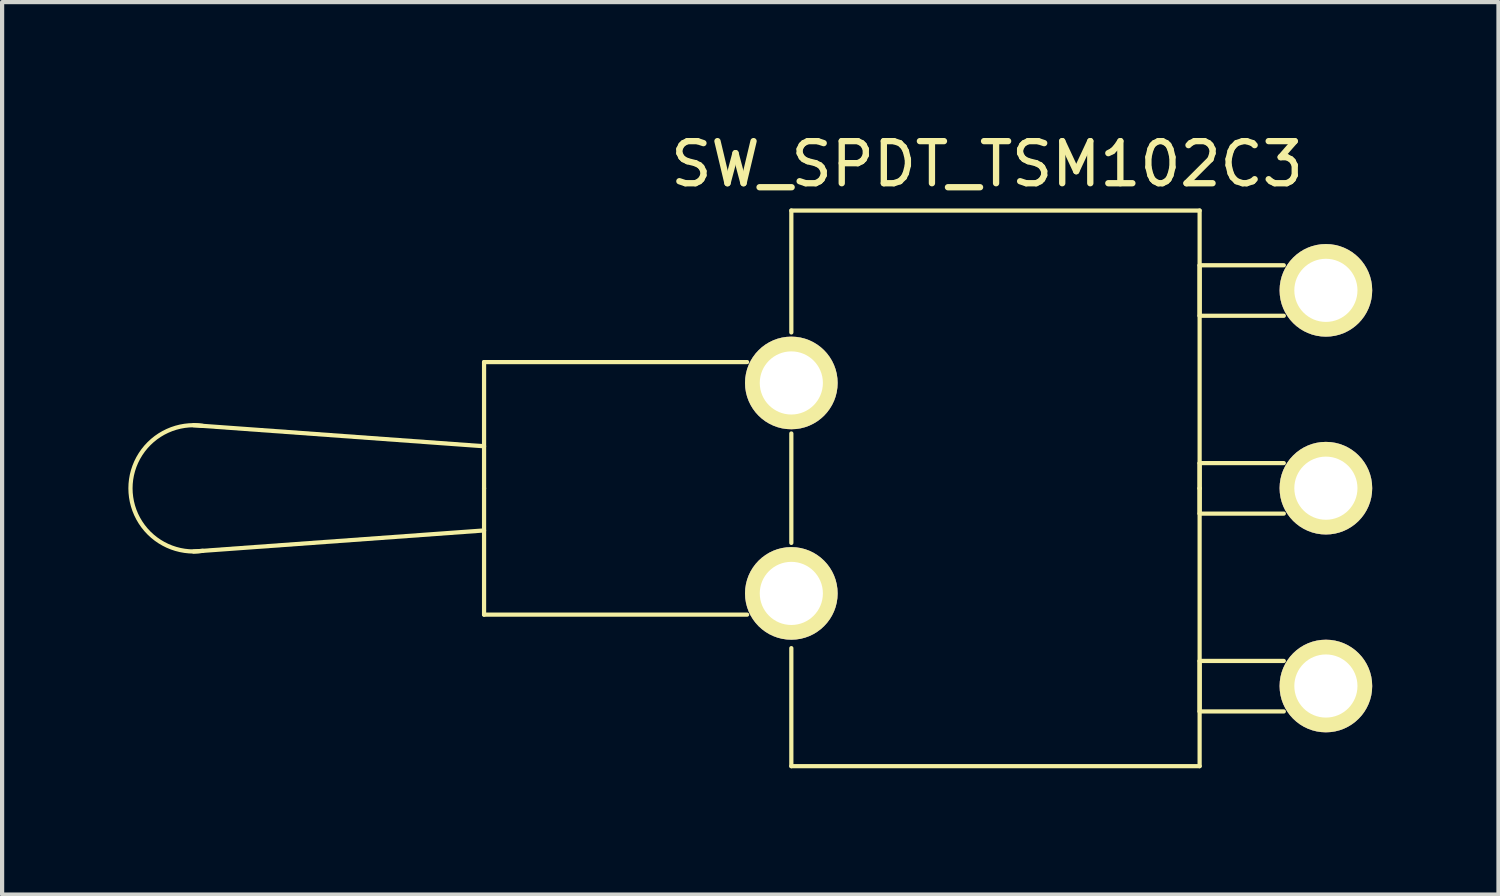
<source format=kicad_pcb>
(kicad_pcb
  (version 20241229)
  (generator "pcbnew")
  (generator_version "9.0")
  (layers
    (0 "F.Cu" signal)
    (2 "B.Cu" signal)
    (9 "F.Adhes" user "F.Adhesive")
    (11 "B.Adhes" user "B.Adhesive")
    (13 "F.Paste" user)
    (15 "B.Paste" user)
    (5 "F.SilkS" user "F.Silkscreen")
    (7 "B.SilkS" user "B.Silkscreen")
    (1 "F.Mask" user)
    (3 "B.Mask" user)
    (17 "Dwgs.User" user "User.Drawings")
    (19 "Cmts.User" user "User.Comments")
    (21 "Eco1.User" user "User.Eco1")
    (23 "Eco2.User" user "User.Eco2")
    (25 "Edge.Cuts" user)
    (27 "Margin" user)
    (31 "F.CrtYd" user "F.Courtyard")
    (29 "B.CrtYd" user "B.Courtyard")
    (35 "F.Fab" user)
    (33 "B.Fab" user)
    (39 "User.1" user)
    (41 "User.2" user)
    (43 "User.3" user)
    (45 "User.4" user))
  (footprint "SW_SPDT_TSM102C3"
    (layer "F.Cu")
    (at 13.9 8.848)
    (property "Reference" "SW_SPDT_TSM102C3" (at 6.5 -8 180) (layer "F.SilkS") (effects (font (size 1 1) (thickness 0.15))))
    (attr through_hole)
    (fp_line (start -12.35 -1.796) (end -5.45 -1.296) (stroke (width 0.1) (type solid)) (layer "F.SilkS"))
    (fp_line (start -12.35 1.204) (end -5.45 0.704) (stroke (width 0.1) (type solid)) (layer "F.SilkS"))
    (fp_line (start -5.45 -3.296) (end 0.8 -3.296) (stroke (width 0.1) (type solid)) (layer "F.SilkS"))
    (fp_line (start -5.45 -0.296) (end -5.45 -3.296) (stroke (width 0.1) (type solid)) (layer "F.SilkS"))
    (fp_line (start -5.45 -0.296) (end -5.45 2.704) (stroke (width 0.1) (type solid)) (layer "F.SilkS"))
    (fp_line (start -5.45 2.704) (end 0.8 2.704) (stroke (width 0.1) (type solid)) (layer "F.SilkS"))
    (fp_line (start 1.85 -6.896) (end 11.55 -6.896) (stroke (width 0.1) (type solid)) (layer "F.SilkS"))
    (fp_line (start 1.85 -4) (end 1.85 -6.896) (stroke (width 0.1) (type solid)) (layer "F.SilkS"))
    (fp_line (start 1.85 1) (end 1.85 -1.6) (stroke (width 0.1) (type solid)) (layer "F.SilkS"))
    (fp_line (start 1.85 3.5) (end 1.85 6.304) (stroke (width 0.1) (type solid)) (layer "F.SilkS"))
    (fp_line (start 1.85 6.304) (end 11.55 6.304) (stroke (width 0.1) (type solid)) (layer "F.SilkS"))
    (fp_line (start 11.55 -6.896) (end 11.55 -0.296) (stroke (width 0.1) (type solid)) (layer "F.SilkS"))
    (fp_line (start 11.55 -4.396) (end 11.55 -5.596) (stroke (width 0.1) (type solid)) (layer "F.SilkS"))
    (fp_line (start 11.55 -4.396) (end 13.55 -4.396) (stroke (width 0.1) (type solid)) (layer "F.SilkS"))
    (fp_line (start 11.55 -0.896) (end 11.55 -0.296) (stroke (width 0.1) (type solid)) (layer "F.SilkS"))
    (fp_line (start 11.55 0.304) (end 11.55 -0.296) (stroke (width 0.1) (type solid)) (layer "F.SilkS"))
    (fp_line (start 11.55 3.804) (end 11.55 5.004) (stroke (width 0.1) (type solid)) (layer "F.SilkS"))
    (fp_line (start 11.55 3.804) (end 13.55 3.804) (stroke (width 0.1) (type solid)) (layer "F.SilkS"))
    (fp_line (start 11.55 6.304) (end 11.55 -0.296) (stroke (width 0.1) (type solid)) (layer "F.SilkS"))
    (fp_line (start 13.55 -5.596) (end 11.55 -5.596) (stroke (width 0.1) (type solid)) (layer "F.SilkS"))
    (fp_line (start 13.55 -0.896) (end 11.55 -0.896) (stroke (width 0.1) (type solid)) (layer "F.SilkS"))
    (fp_line (start 13.55 0.304) (end 11.55 0.304) (stroke (width 0.1) (type solid)) (layer "F.SilkS"))
    (fp_line (start 13.55 5.004) (end 11.55 5.004) (stroke (width 0.1) (type solid)) (layer "F.SilkS"))
    (fp_arc (start -12.133745 1.187929) (mid -13.85 -0.2964) (end -12.133744 -1.780729) (stroke (width 0.1) (type solid)) (layer "F.SilkS"))
    (pad "" thru_hole circle (at 1.85 -2.8) (size 2.2 2.2) (drill 1.5) (layers "*.Cu" "*.Mask" "F.SilkS"))
    (pad "" thru_hole circle (at 1.85 2.2) (size 2.2 2.2) (drill 1.5) (layers "*.Cu" "*.Mask" "F.SilkS"))
    (pad "1" thru_hole circle (at 14.55 -5) (size 2.2 2.2) (drill 1.5) (layers "*.Cu" "*.Mask" "F.SilkS"))
    (pad "2" thru_hole circle (at 14.55 -0.3) (size 2.2 2.2) (drill 1.5) (layers "*.Cu" "*.Mask" "F.SilkS"))
    (pad "3" thru_hole circle (at 14.55 4.4) (size 2.2 2.2) (drill 1.5) (layers "*.Cu" "*.Mask" "F.SilkS")))
  (gr_rect
    (start -3 -3)
    (end 32.55 18.202)
    (stroke (width 0.1) (type default))
    (fill no)
    (layer "Edge.Cuts")))
</source>
